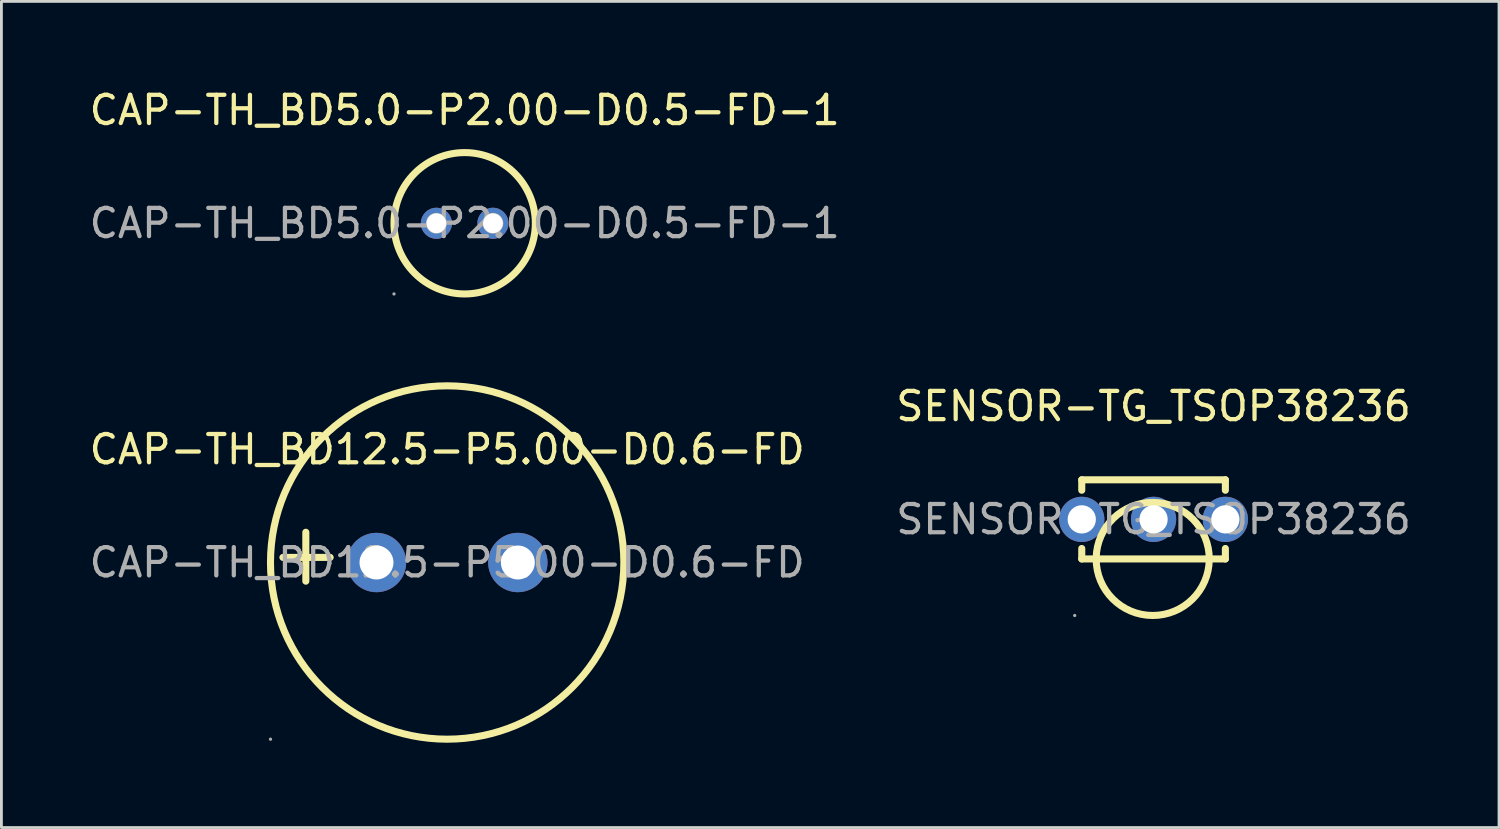
<source format=kicad_pcb>
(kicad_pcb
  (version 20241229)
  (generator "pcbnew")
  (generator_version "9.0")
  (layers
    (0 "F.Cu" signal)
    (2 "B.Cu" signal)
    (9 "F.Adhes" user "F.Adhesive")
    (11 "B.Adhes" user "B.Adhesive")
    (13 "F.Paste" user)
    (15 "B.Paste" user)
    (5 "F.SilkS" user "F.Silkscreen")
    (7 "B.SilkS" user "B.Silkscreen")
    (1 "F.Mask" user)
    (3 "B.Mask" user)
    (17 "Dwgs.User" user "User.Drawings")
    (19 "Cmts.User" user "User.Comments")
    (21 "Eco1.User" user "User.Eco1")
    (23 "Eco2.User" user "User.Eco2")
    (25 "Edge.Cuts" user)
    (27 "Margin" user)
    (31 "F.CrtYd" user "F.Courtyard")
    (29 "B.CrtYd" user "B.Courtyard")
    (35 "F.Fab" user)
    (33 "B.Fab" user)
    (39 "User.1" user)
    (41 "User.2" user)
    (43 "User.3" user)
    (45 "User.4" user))
  (footprint "CAP-TH_BD12.5-P5.00-D0.6-FD"
    (layer "F.Cu")
    (at 12.768 16.848)
    (property "Reference" "CAP-TH_BD12.5-P5.00-D0.6-FD" (at 0 -4 0) (layer "F.SilkS") (effects (font (size 1 1) (thickness 0.15))))
    (attr through_hole)
    (fp_line (start -5 0.66) (end -5 -1.07) (stroke (width 0.25) (type solid)) (layer "F.SilkS"))
    (fp_line (start -4.14 -0.18) (end -5.81 -0.18) (stroke (width 0.25) (type solid)) (layer "F.SilkS"))
    (fp_circle (center 0 0) (end 6.25 0) (stroke (width 0.25) (type solid)) (fill no) (layer "F.SilkS"))
    (fp_circle (center -6.25 6.25) (end -6.22 6.25) (stroke (width 0.06) (type solid)) (fill no) (layer "F.Fab"))
    (fp_circle (center -2.5 0) (end -2.35 0) (stroke (width 0.3) (type solid)) (fill no) (layer "F.Fab"))
    (fp_circle (center 2.5 0) (end 2.65 0) (stroke (width 0.3) (type solid)) (fill no) (layer "F.Fab"))
    (fp_text user "${REFERENCE}" (at 0 0 0) (layer "F.Fab") (effects (font (size 1 1) (thickness 0.15))))
    (pad "1" thru_hole circle (at -2.5 0) (size 2.1 2.1) (drill 1.2) (layers "*.Cu" "*.Mask"))
    (pad "2" thru_hole circle (at 2.5 0) (size 2.1 2.1) (drill 1.2) (layers "*.Cu" "*.Mask")))
  (footprint "CAP-TH_BD5.0-P2.00-D0.5-FD-1"
    (layer "F.Cu")
    (at 13.387 4.848)
    (property "Reference" "CAP-TH_BD5.0-P2.00-D0.5-FD-1" (at 0 -4 0) (layer "F.SilkS") (effects (font (size 1 1) (thickness 0.15))))
    (attr through_hole)
    (fp_circle (center 0 0) (end 2.5 0) (stroke (width 0.25) (type solid)) (fill no) (layer "F.SilkS"))
    (fp_circle (center -2.5 2.5) (end -2.47 2.5) (stroke (width 0.06) (type solid)) (fill no) (layer "F.Fab"))
    (fp_circle (center -1 0) (end -0.88 0) (stroke (width 0.25) (type solid)) (fill no) (layer "F.Fab"))
    (fp_circle (center 1 0) (end 1.12 0) (stroke (width 0.25) (type solid)) (fill no) (layer "F.Fab"))
    (fp_text user "${REFERENCE}" (at 0 0 0) (layer "F.Fab") (effects (font (size 1 1) (thickness 0.15))))
    (pad "1" thru_hole circle (at -1 0) (size 1.1 1.1) (drill 0.7) (layers "*.Cu" "*.Mask"))
    (pad "2" thru_hole circle (at 1 0) (size 1.1 1.1) (drill 0.7) (layers "*.Cu" "*.Mask")))
  (footprint "SENSOR-TG_TSOP38236"
    (layer "F.Cu")
    (at 37.756 15.322)
    (property "Reference" "SENSOR-TG_TSOP38236" (at 0 -4 0) (layer "F.SilkS") (effects (font (size 1 1) (thickness 0.15))))
    (attr smd)
    (fp_line (start -2.54 -1.4) (end 2.54 -1.4) (stroke (width 0.25) (type solid)) (layer "F.SilkS"))
    (fp_line (start -2.54 -1.03) (end -2.54 -1.4) (stroke (width 0.25) (type solid)) (layer "F.SilkS"))
    (fp_line (start -2.54 1.4) (end -2.54 1.03) (stroke (width 0.25) (type solid)) (layer "F.SilkS"))
    (fp_line (start 2.54 -1.4) (end 2.54 -1.03) (stroke (width 0.25) (type solid)) (layer "F.SilkS"))
    (fp_line (start 2.54 1.03) (end 2.54 1.4) (stroke (width 0.25) (type solid)) (layer "F.SilkS"))
    (fp_line (start 2.54 1.4) (end -2.54 1.4) (stroke (width 0.25) (type solid)) (layer "F.SilkS"))
    (fp_arc (start -2.029695 1.365095) (mid 1.969923 1.417453) (end -2.03 1.4) (stroke (width 0.25) (type solid)) (layer "F.SilkS"))
    (fp_circle (center -2.79 3.4) (end -2.76 3.4) (stroke (width 0.06) (type solid)) (fill no) (layer "F.Fab"))
    (fp_text user "${REFERENCE}" (at 0 0 0) (layer "F.Fab") (effects (font (size 1 1) (thickness 0.15))))
    (pad "1" thru_hole circle (at -2.54 0) (size 1.6 1.6) (drill 1) (layers "*.Cu" "*.Mask"))
    (pad "2" thru_hole circle (at 0 0) (size 1.6 1.6) (drill 1) (layers "*.Cu" "*.Mask"))
    (pad "3" thru_hole circle (at 2.54 0) (size 1.6 1.6) (drill 1) (layers "*.Cu" "*.Mask")))
  (gr_rect
    (start -3 -3)
    (end 49.976 26.223)
    (stroke (width 0.1) (type default))
    (fill no)
    (layer "Edge.Cuts")))
</source>
